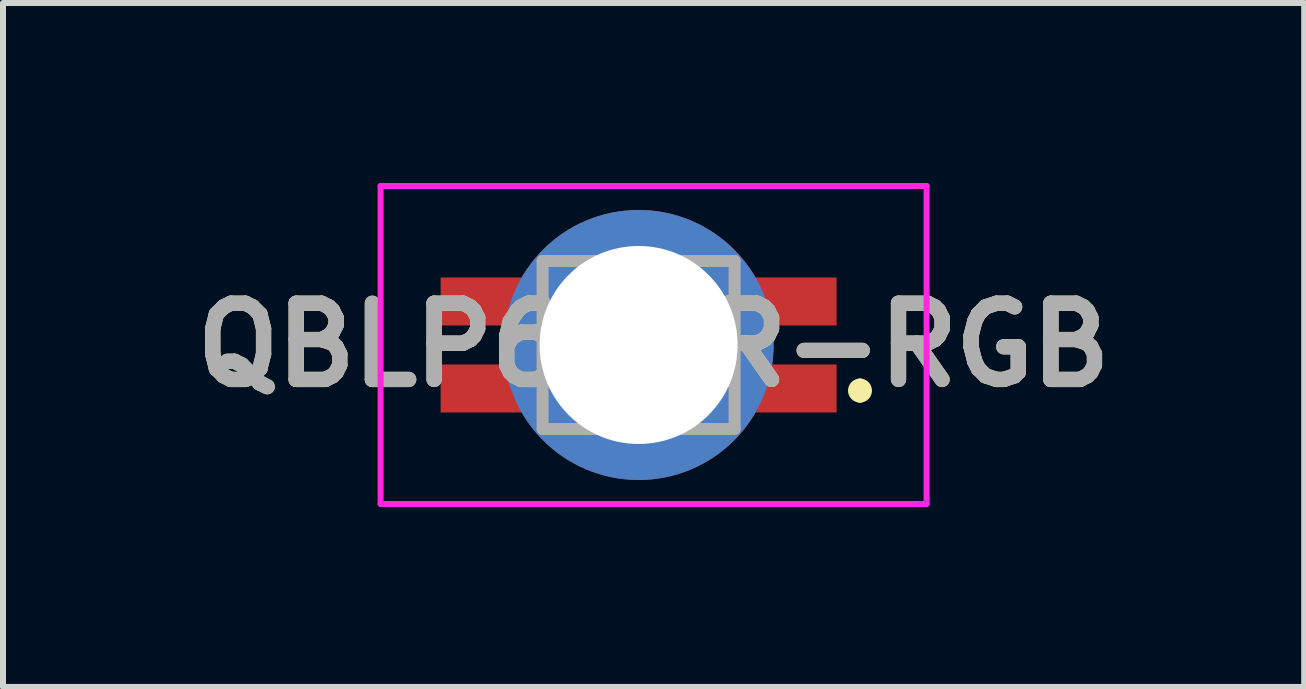
<source format=kicad_pcb>
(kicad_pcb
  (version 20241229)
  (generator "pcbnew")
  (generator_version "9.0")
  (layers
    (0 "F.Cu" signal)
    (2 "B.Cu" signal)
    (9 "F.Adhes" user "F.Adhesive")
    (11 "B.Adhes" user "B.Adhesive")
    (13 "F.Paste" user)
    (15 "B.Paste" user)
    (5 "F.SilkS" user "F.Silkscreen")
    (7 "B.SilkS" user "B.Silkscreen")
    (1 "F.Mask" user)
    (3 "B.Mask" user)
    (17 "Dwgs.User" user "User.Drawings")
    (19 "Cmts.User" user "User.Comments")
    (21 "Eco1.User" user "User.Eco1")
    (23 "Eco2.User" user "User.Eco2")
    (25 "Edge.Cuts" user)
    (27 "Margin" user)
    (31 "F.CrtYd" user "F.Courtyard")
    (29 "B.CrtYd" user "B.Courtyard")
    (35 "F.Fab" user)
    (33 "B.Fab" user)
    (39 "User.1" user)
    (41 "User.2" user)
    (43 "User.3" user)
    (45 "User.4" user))
  (footprint "QBLP677R-RGB"
    (layer "F.Cu")
    (at 7.594 2.7)
    (property "Reference" "QBLP677R-RGB" (at 0.25 0 0) (layer "F.SilkS") (effects (font (size 1.27 1.27) (thickness 0.254))))
    (attr through_hole)
    (fp_line (start -1.6 -1.4) (end -1.6 -0.725) (stroke (width 0.1) (type solid)) (layer "F.SilkS"))
    (fp_line (start -1.6 0.725) (end -1.6 1.4) (stroke (width 0.1) (type solid)) (layer "F.SilkS"))
    (fp_line (start -1.6 1.4) (end -1.1 1.4) (stroke (width 0.1) (type solid)) (layer "F.SilkS"))
    (fp_line (start -1.1 -1.4) (end -1.6 -1.4) (stroke (width 0.1) (type solid)) (layer "F.SilkS"))
    (fp_line (start 1.1 -1.4) (end 1.6 -1.4) (stroke (width 0.1) (type solid)) (layer "F.SilkS"))
    (fp_line (start 1.1 1.4) (end 1.6 1.4) (stroke (width 0.1) (type solid)) (layer "F.SilkS"))
    (fp_line (start 1.6 -1.4) (end 1.6 -0.725) (stroke (width 0.1) (type solid)) (layer "F.SilkS"))
    (fp_line (start 1.6 1.4) (end 1.6 0.725) (stroke (width 0.1) (type solid)) (layer "F.SilkS"))
    (fp_line (start 3.69 0.66) (end 3.69 0.66) (stroke (width 0.2) (type solid)) (layer "F.SilkS"))
    (fp_line (start 3.69 0.86) (end 3.69 0.86) (stroke (width 0.2) (type solid)) (layer "F.SilkS"))
    (fp_arc (start 3.69 0.66) (mid 3.79 0.76) (end 3.69 0.86) (stroke (width 0.2) (type solid)) (layer "F.SilkS"))
    (fp_arc (start 3.69 0.86) (mid 3.59 0.76) (end 3.69 0.66) (stroke (width 0.2) (type solid)) (layer "F.SilkS"))
    (fp_line (start -4.3 -2.65) (end 4.8 -2.65) (stroke (width 0.1) (type solid)) (layer "F.CrtYd"))
    (fp_line (start -4.3 2.65) (end -4.3 -2.65) (stroke (width 0.1) (type solid)) (layer "F.CrtYd"))
    (fp_line (start 4.8 -2.65) (end 4.8 2.65) (stroke (width 0.1) (type solid)) (layer "F.CrtYd"))
    (fp_line (start 4.8 2.65) (end -4.3 2.65) (stroke (width 0.1) (type solid)) (layer "F.CrtYd"))
    (fp_line (start -1.6 -1.4) (end 1.6 -1.4) (stroke (width 0.2) (type solid)) (layer "F.Fab"))
    (fp_line (start -1.6 1.4) (end -1.6 -1.4) (stroke (width 0.2) (type solid)) (layer "F.Fab"))
    (fp_line (start 1.6 -1.4) (end 1.6 1.4) (stroke (width 0.2) (type solid)) (layer "F.Fab"))
    (fp_line (start 1.6 1.4) (end -1.6 1.4) (stroke (width 0.2) (type solid)) (layer "F.Fab"))
    (fp_text user "${REFERENCE}" (at 0.25 0 0) (layer "F.Fab") (effects (font (size 1.27 1.27) (thickness 0.254))))
    (pad "" np_thru_hole circle (at 0 0) (size 4.5 4.5) (drill 3.3) (layers "*.Cu" "*.Mask"))
    (pad "1" smd rect (at 2.6 0.725 90) (size 0.8 1.4) (layers "F.Cu" "F.Mask" "F.Paste"))
    (pad "2" smd rect (at -2.6 -0.725 90) (size 0.8 1.4) (layers "F.Cu" "F.Mask" "F.Paste"))
    (pad "3" smd rect (at -2.6 0.725 90) (size 0.8 1.4) (layers "F.Cu" "F.Mask" "F.Paste"))
    (pad "4" smd rect (at 2.6 -0.725 90) (size 0.8 1.4) (layers "F.Cu" "F.Mask" "F.Paste")))
  (gr_rect
    (start -3 -3)
    (end 18.688 8.4)
    (stroke (width 0.1) (type default))
    (fill no)
    (layer "Edge.Cuts")))
</source>
